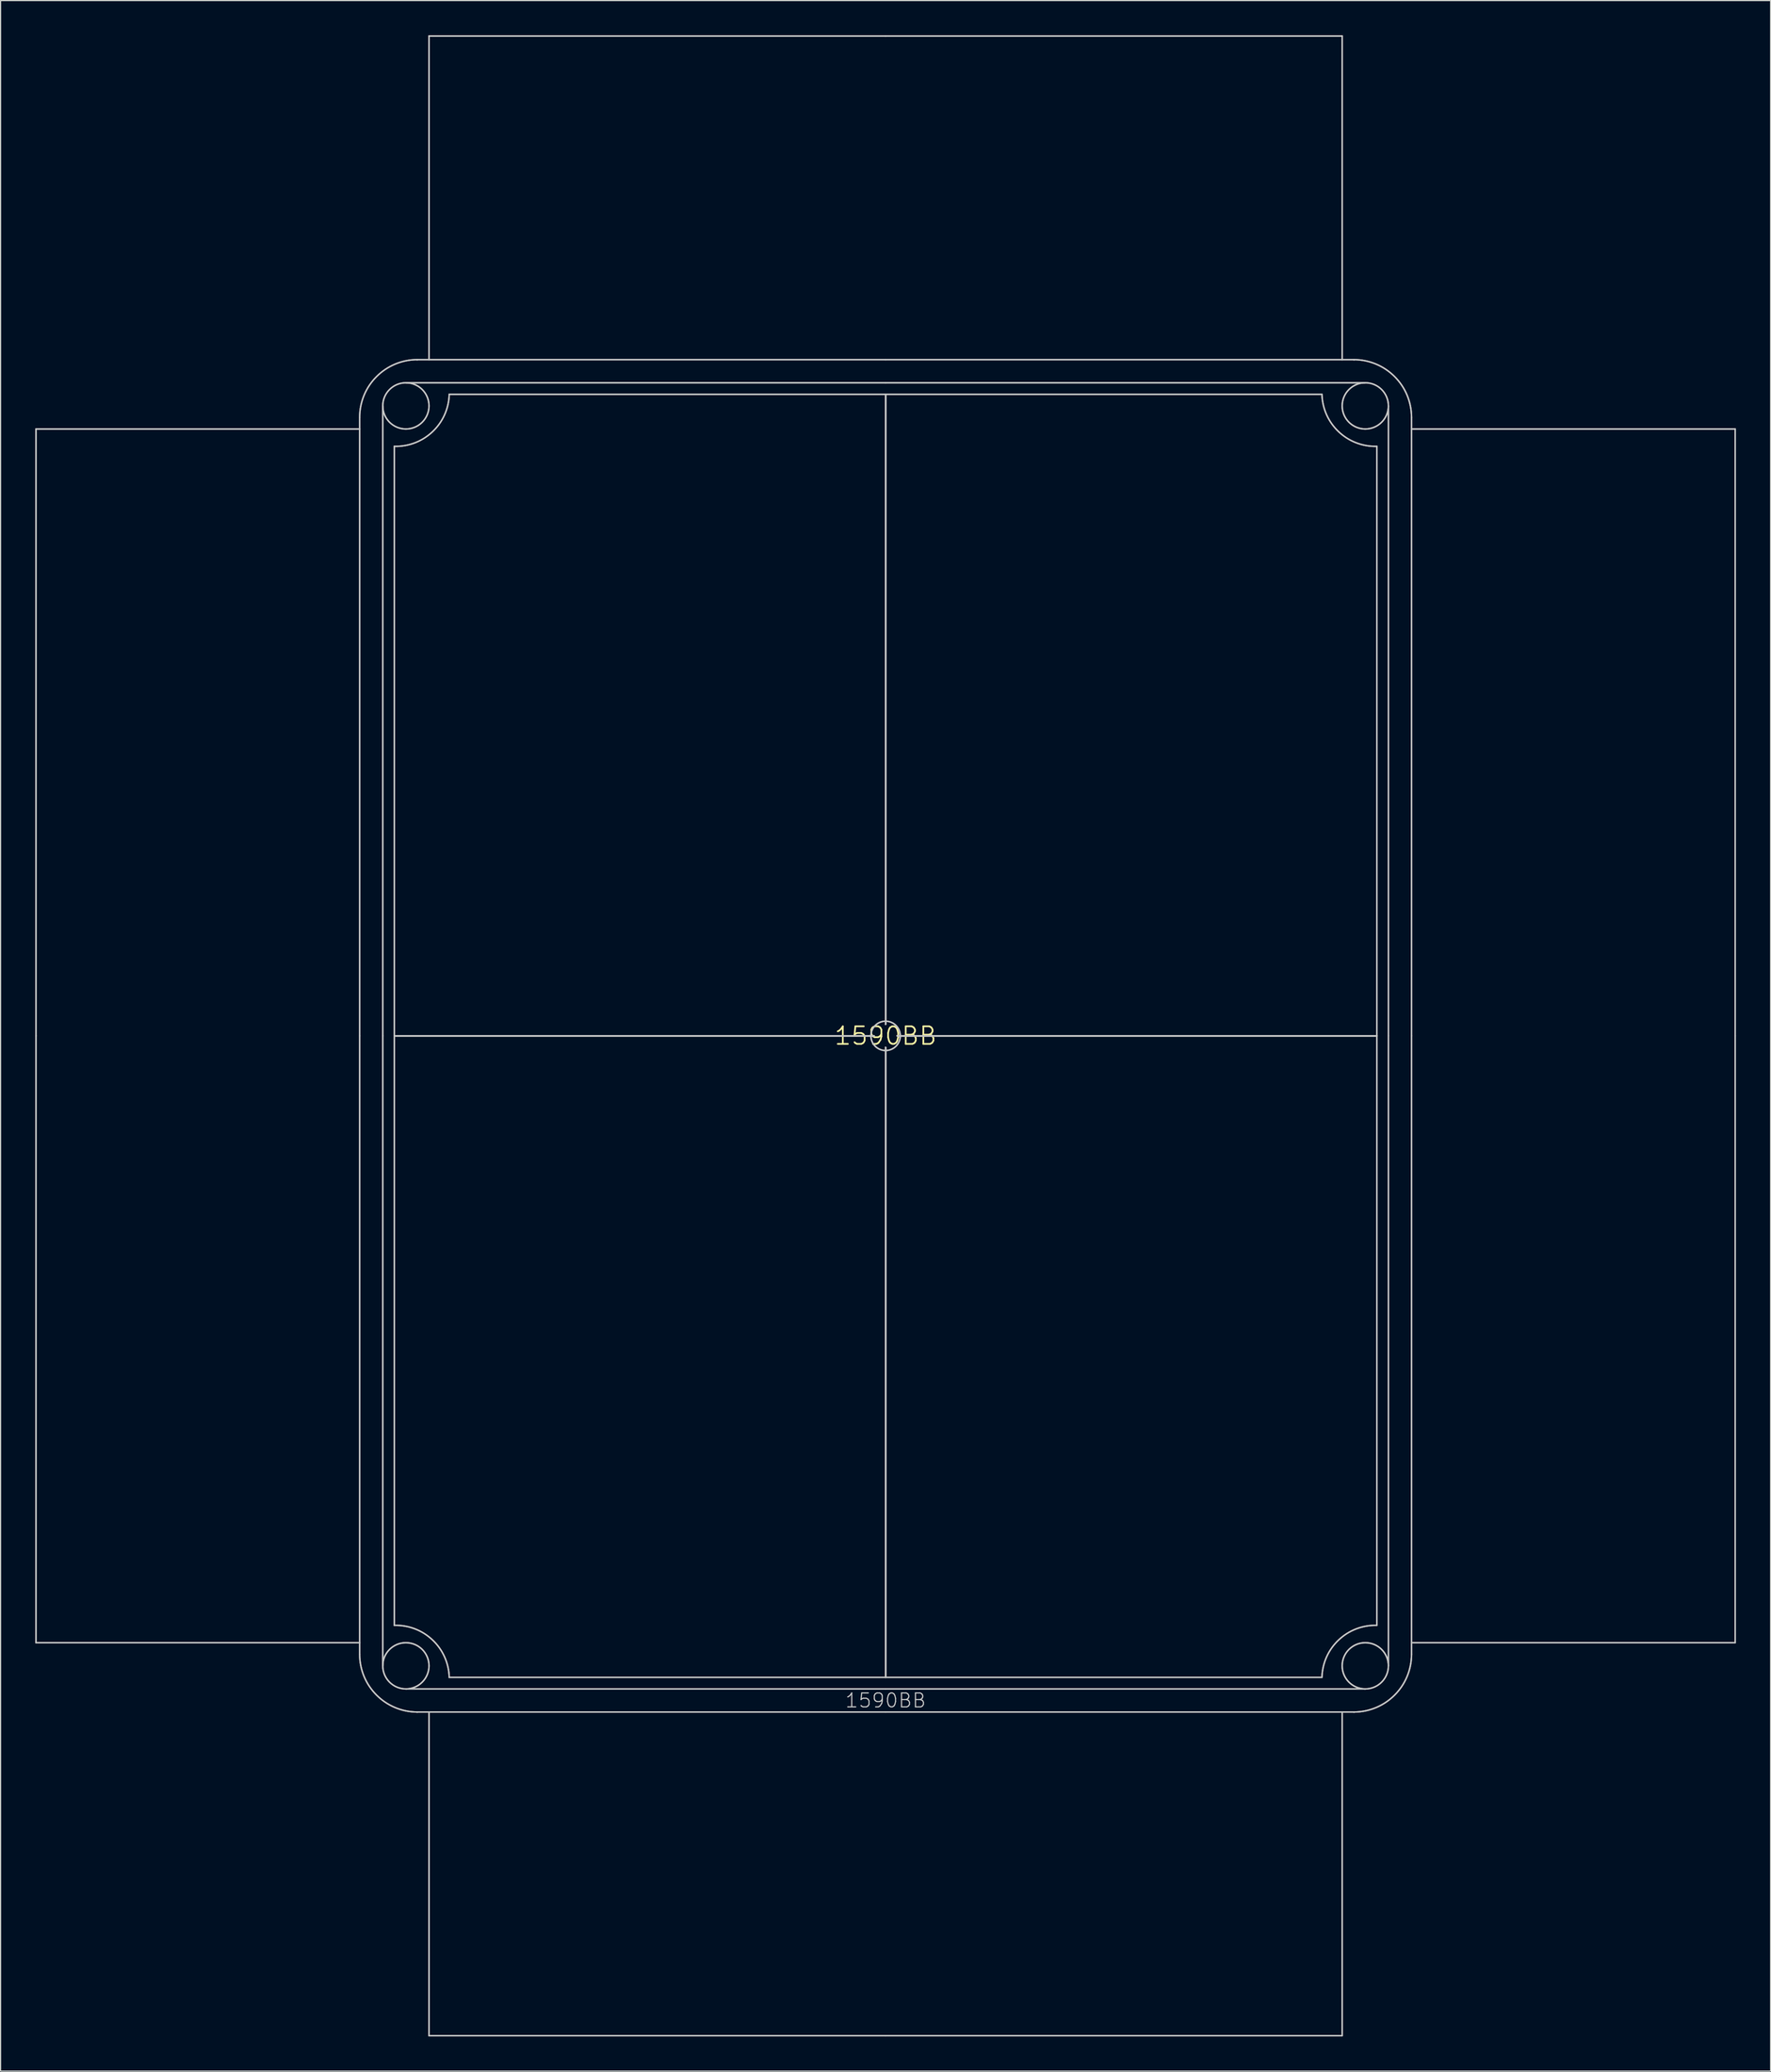
<source format=kicad_pcb>
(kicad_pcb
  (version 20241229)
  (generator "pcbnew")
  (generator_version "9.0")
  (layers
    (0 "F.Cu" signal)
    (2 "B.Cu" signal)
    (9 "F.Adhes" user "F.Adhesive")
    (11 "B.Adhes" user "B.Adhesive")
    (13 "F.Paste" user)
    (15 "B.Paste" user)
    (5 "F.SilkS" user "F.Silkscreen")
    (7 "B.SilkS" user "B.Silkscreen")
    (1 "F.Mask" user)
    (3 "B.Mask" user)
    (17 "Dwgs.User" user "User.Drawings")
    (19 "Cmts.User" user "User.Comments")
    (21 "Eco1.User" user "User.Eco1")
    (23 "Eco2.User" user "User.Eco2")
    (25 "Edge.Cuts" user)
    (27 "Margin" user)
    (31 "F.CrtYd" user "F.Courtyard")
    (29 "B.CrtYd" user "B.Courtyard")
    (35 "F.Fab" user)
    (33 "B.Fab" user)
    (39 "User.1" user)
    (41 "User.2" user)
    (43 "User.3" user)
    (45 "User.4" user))
  (footprint "1590BB"
    (layer "F.Cu")
    (at 73.564 86.564)
    (property "Reference" "1590BB" (at 0 0 0) (layer "F.SilkS") (effects (font (size 1.524 1.524) (thickness 0.15))))
    (attr through_hole)
    (fp_line (start -73.5 -52.5) (end -73.5 0) (stroke (width 0.127) (type solid)) (layer "Dwgs.User"))
    (fp_line (start -73.5 -52.5) (end -73.5 0) (stroke (width 0.127) (type solid)) (layer "Dwgs.User"))
    (fp_line (start -73.5 -52.5) (end -45.5 -52.5) (stroke (width 0.127) (type solid)) (layer "Dwgs.User"))
    (fp_line (start -73.5 -52.5) (end -45.5 -52.5) (stroke (width 0.127) (type solid)) (layer "Dwgs.User"))
    (fp_line (start -73.5 52.5) (end -73.5 0) (stroke (width 0.127) (type solid)) (layer "Dwgs.User"))
    (fp_line (start -73.5 52.5) (end -73.5 0) (stroke (width 0.127) (type solid)) (layer "Dwgs.User"))
    (fp_line (start -73.5 52.5) (end -45.5 52.5) (stroke (width 0.127) (type solid)) (layer "Dwgs.User"))
    (fp_line (start -73.5 52.5) (end -45.5 52.5) (stroke (width 0.127) (type solid)) (layer "Dwgs.User"))
    (fp_line (start -45.5 -52.5) (end -45.5 -53.5) (stroke (width 0.127) (type solid)) (layer "Dwgs.User"))
    (fp_line (start -45.5 -52.5) (end -45.5 -53.5) (stroke (width 0.127) (type solid)) (layer "Dwgs.User"))
    (fp_line (start -45.5 0) (end -45.5 -52.5) (stroke (width 0.127) (type solid)) (layer "Dwgs.User"))
    (fp_line (start -45.5 0) (end -45.5 -52.5) (stroke (width 0.127) (type solid)) (layer "Dwgs.User"))
    (fp_line (start -45.5 0) (end -45.5 52.5) (stroke (width 0.127) (type solid)) (layer "Dwgs.User"))
    (fp_line (start -45.5 0) (end -45.5 52.5) (stroke (width 0.127) (type solid)) (layer "Dwgs.User"))
    (fp_line (start -45.5 52.5) (end -45.5 53.5) (stroke (width 0.127) (type solid)) (layer "Dwgs.User"))
    (fp_line (start -45.5 52.5) (end -45.5 53.5) (stroke (width 0.127) (type solid)) (layer "Dwgs.User"))
    (fp_line (start -43.5 0) (end -43.5 -54.5) (stroke (width 0.127) (type solid)) (layer "Dwgs.User"))
    (fp_line (start -43.5 0) (end -43.5 -54.5) (stroke (width 0.127) (type solid)) (layer "Dwgs.User"))
    (fp_line (start -43.5 0) (end -43.5 54.5) (stroke (width 0.127) (type solid)) (layer "Dwgs.User"))
    (fp_line (start -43.5 0) (end -43.5 54.5) (stroke (width 0.127) (type solid)) (layer "Dwgs.User"))
    (fp_line (start -42.5 -51) (end -42.5 0) (stroke (width 0.127) (type solid)) (layer "Dwgs.User"))
    (fp_line (start -42.5 -51) (end -42.5 0) (stroke (width 0.127) (type solid)) (layer "Dwgs.User"))
    (fp_line (start -42.5 51) (end -42.5 0) (stroke (width 0.127) (type solid)) (layer "Dwgs.User"))
    (fp_line (start -42.5 51) (end -42.5 0) (stroke (width 0.127) (type solid)) (layer "Dwgs.User"))
    (fp_line (start -40.55 -58.5) (end -40.5 -58.5) (stroke (width 0.127) (type solid)) (layer "Dwgs.User"))
    (fp_line (start -40.55 -58.5) (end -40.5 -58.5) (stroke (width 0.127) (type solid)) (layer "Dwgs.User"))
    (fp_line (start -40.55 58.5) (end -40.5 58.5) (stroke (width 0.127) (type solid)) (layer "Dwgs.User"))
    (fp_line (start -40.55 58.5) (end -40.5 58.5) (stroke (width 0.127) (type solid)) (layer "Dwgs.User"))
    (fp_line (start -40.5 -58.5) (end -40.55 -58.5) (stroke (width 0.127) (type solid)) (layer "Dwgs.User"))
    (fp_line (start -40.5 -58.5) (end -40.55 -58.5) (stroke (width 0.127) (type solid)) (layer "Dwgs.User"))
    (fp_line (start -40.5 58.5) (end -40.55 58.5) (stroke (width 0.127) (type solid)) (layer "Dwgs.User"))
    (fp_line (start -40.5 58.5) (end -40.55 58.5) (stroke (width 0.127) (type solid)) (layer "Dwgs.User"))
    (fp_line (start -39.5 -86.5) (end 0 -86.5) (stroke (width 0.127) (type solid)) (layer "Dwgs.User"))
    (fp_line (start -39.5 -86.5) (end 0 -86.5) (stroke (width 0.127) (type solid)) (layer "Dwgs.User"))
    (fp_line (start -39.5 -58.5) (end -40.5 -58.5) (stroke (width 0.127) (type solid)) (layer "Dwgs.User"))
    (fp_line (start -39.5 -58.5) (end -40.5 -58.5) (stroke (width 0.127) (type solid)) (layer "Dwgs.User"))
    (fp_line (start -39.5 -58.5) (end -39.5 -86.5) (stroke (width 0.127) (type solid)) (layer "Dwgs.User"))
    (fp_line (start -39.5 -58.5) (end -39.5 -86.5) (stroke (width 0.127) (type solid)) (layer "Dwgs.User"))
    (fp_line (start -39.5 58.5) (end -40.5 58.5) (stroke (width 0.127) (type solid)) (layer "Dwgs.User"))
    (fp_line (start -39.5 58.5) (end -40.5 58.5) (stroke (width 0.127) (type solid)) (layer "Dwgs.User"))
    (fp_line (start -39.5 58.5) (end -39.5 86.5) (stroke (width 0.127) (type solid)) (layer "Dwgs.User"))
    (fp_line (start -39.5 58.5) (end -39.5 86.5) (stroke (width 0.127) (type solid)) (layer "Dwgs.User"))
    (fp_line (start -39.5 86.5) (end 0 86.5) (stroke (width 0.127) (type solid)) (layer "Dwgs.User"))
    (fp_line (start -39.5 86.5) (end 0 86.5) (stroke (width 0.127) (type solid)) (layer "Dwgs.User"))
    (fp_line (start -1 0) (end -42.5 0) (stroke (width 0.127) (type solid)) (layer "Dwgs.User"))
    (fp_line (start -1 0) (end -42.5 0) (stroke (width 0.127) (type solid)) (layer "Dwgs.User"))
    (fp_line (start -1 0) (end -42.5 0) (stroke (width 0.127) (type solid)) (layer "Dwgs.User"))
    (fp_line (start -1 0) (end -42.5 0) (stroke (width 0.127) (type solid)) (layer "Dwgs.User"))
    (fp_line (start -1 0) (end -42.5 0) (stroke (width 0.127) (type solid)) (layer "Dwgs.User"))
    (fp_line (start -1 0) (end -42.5 0) (stroke (width 0.127) (type solid)) (layer "Dwgs.User"))
    (fp_line (start -1 0) (end -42.5 0) (stroke (width 0.127) (type solid)) (layer "Dwgs.User"))
    (fp_line (start -1 0) (end -42.5 0) (stroke (width 0.127) (type solid)) (layer "Dwgs.User"))
    (fp_line (start 0 -58.5) (end -39.5 -58.5) (stroke (width 0.127) (type solid)) (layer "Dwgs.User"))
    (fp_line (start 0 -58.5) (end -39.5 -58.5) (stroke (width 0.127) (type solid)) (layer "Dwgs.User"))
    (fp_line (start 0 -58.5) (end 39.5 -58.5) (stroke (width 0.127) (type solid)) (layer "Dwgs.User"))
    (fp_line (start 0 -58.5) (end 39.5 -58.5) (stroke (width 0.127) (type solid)) (layer "Dwgs.User"))
    (fp_line (start 0 -56.5) (end -41.5 -56.5) (stroke (width 0.127) (type solid)) (layer "Dwgs.User"))
    (fp_line (start 0 -56.5) (end -41.5 -56.5) (stroke (width 0.127) (type solid)) (layer "Dwgs.User"))
    (fp_line (start 0 -56.5) (end 41.5 -56.5) (stroke (width 0.127) (type solid)) (layer "Dwgs.User"))
    (fp_line (start 0 -56.5) (end 41.5 -56.5) (stroke (width 0.127) (type solid)) (layer "Dwgs.User"))
    (fp_line (start 0 -55.5) (end -37.75 -55.5) (stroke (width 0.127) (type solid)) (layer "Dwgs.User"))
    (fp_line (start 0 -55.5) (end -37.75 -55.5) (stroke (width 0.127) (type solid)) (layer "Dwgs.User"))
    (fp_line (start 0 -55.5) (end 37.75 -55.5) (stroke (width 0.127) (type solid)) (layer "Dwgs.User"))
    (fp_line (start 0 -55.5) (end 37.75 -55.5) (stroke (width 0.127) (type solid)) (layer "Dwgs.User"))
    (fp_line (start 0 -1) (end 0 -55.5) (stroke (width 0.127) (type solid)) (layer "Dwgs.User"))
    (fp_line (start 0 -1) (end 0 -55.5) (stroke (width 0.127) (type solid)) (layer "Dwgs.User"))
    (fp_line (start 0 -1) (end 0 -55.5) (stroke (width 0.127) (type solid)) (layer "Dwgs.User"))
    (fp_line (start 0 -1) (end 0 -55.5) (stroke (width 0.127) (type solid)) (layer "Dwgs.User"))
    (fp_line (start 0 -1) (end 0 -55.5) (stroke (width 0.127) (type solid)) (layer "Dwgs.User"))
    (fp_line (start 0 -1) (end 0 -55.5) (stroke (width 0.127) (type solid)) (layer "Dwgs.User"))
    (fp_line (start 0 -1) (end 0 -55.5) (stroke (width 0.127) (type solid)) (layer "Dwgs.User"))
    (fp_line (start 0 -1) (end 0 -55.5) (stroke (width 0.127) (type solid)) (layer "Dwgs.User"))
    (fp_line (start 0 1) (end 0 55.5) (stroke (width 0.127) (type solid)) (layer "Dwgs.User"))
    (fp_line (start 0 1) (end 0 55.5) (stroke (width 0.127) (type solid)) (layer "Dwgs.User"))
    (fp_line (start 0 1) (end 0 55.5) (stroke (width 0.127) (type solid)) (layer "Dwgs.User"))
    (fp_line (start 0 1) (end 0 55.5) (stroke (width 0.127) (type solid)) (layer "Dwgs.User"))
    (fp_line (start 0 1) (end 0 55.5) (stroke (width 0.127) (type solid)) (layer "Dwgs.User"))
    (fp_line (start 0 1) (end 0 55.5) (stroke (width 0.127) (type solid)) (layer "Dwgs.User"))
    (fp_line (start 0 1) (end 0 55.5) (stroke (width 0.127) (type solid)) (layer "Dwgs.User"))
    (fp_line (start 0 1) (end 0 55.5) (stroke (width 0.127) (type solid)) (layer "Dwgs.User"))
    (fp_line (start 0 55.5) (end -37.75 55.5) (stroke (width 0.127) (type solid)) (layer "Dwgs.User"))
    (fp_line (start 0 55.5) (end -37.75 55.5) (stroke (width 0.127) (type solid)) (layer "Dwgs.User"))
    (fp_line (start 0 55.5) (end 37.75 55.5) (stroke (width 0.127) (type solid)) (layer "Dwgs.User"))
    (fp_line (start 0 55.5) (end 37.75 55.5) (stroke (width 0.127) (type solid)) (layer "Dwgs.User"))
    (fp_line (start 0 56.5) (end -41.5 56.5) (stroke (width 0.127) (type solid)) (layer "Dwgs.User"))
    (fp_line (start 0 56.5) (end -41.5 56.5) (stroke (width 0.127) (type solid)) (layer "Dwgs.User"))
    (fp_line (start 0 56.5) (end 41.5 56.5) (stroke (width 0.127) (type solid)) (layer "Dwgs.User"))
    (fp_line (start 0 56.5) (end 41.5 56.5) (stroke (width 0.127) (type solid)) (layer "Dwgs.User"))
    (fp_line (start 0 58.5) (end -39.5 58.5) (stroke (width 0.127) (type solid)) (layer "Dwgs.User"))
    (fp_line (start 0 58.5) (end -39.5 58.5) (stroke (width 0.127) (type solid)) (layer "Dwgs.User"))
    (fp_line (start 0 58.5) (end 39.5 58.5) (stroke (width 0.127) (type solid)) (layer "Dwgs.User"))
    (fp_line (start 0 58.5) (end 39.5 58.5) (stroke (width 0.127) (type solid)) (layer "Dwgs.User"))
    (fp_line (start 1 0) (end 42.5 0) (stroke (width 0.127) (type solid)) (layer "Dwgs.User"))
    (fp_line (start 1 0) (end 42.5 0) (stroke (width 0.127) (type solid)) (layer "Dwgs.User"))
    (fp_line (start 1 0) (end 42.5 0) (stroke (width 0.127) (type solid)) (layer "Dwgs.User"))
    (fp_line (start 1 0) (end 42.5 0) (stroke (width 0.127) (type solid)) (layer "Dwgs.User"))
    (fp_line (start 1 0) (end 42.5 0) (stroke (width 0.127) (type solid)) (layer "Dwgs.User"))
    (fp_line (start 1 0) (end 42.5 0) (stroke (width 0.127) (type solid)) (layer "Dwgs.User"))
    (fp_line (start 1 0) (end 42.5 0) (stroke (width 0.127) (type solid)) (layer "Dwgs.User"))
    (fp_line (start 1 0) (end 42.5 0) (stroke (width 0.127) (type solid)) (layer "Dwgs.User"))
    (fp_line (start 39.5 -86.5) (end 0 -86.5) (stroke (width 0.127) (type solid)) (layer "Dwgs.User"))
    (fp_line (start 39.5 -86.5) (end 0 -86.5) (stroke (width 0.127) (type solid)) (layer "Dwgs.User"))
    (fp_line (start 39.5 -58.5) (end 39.5 -86.5) (stroke (width 0.127) (type solid)) (layer "Dwgs.User"))
    (fp_line (start 39.5 -58.5) (end 39.5 -86.5) (stroke (width 0.127) (type solid)) (layer "Dwgs.User"))
    (fp_line (start 39.5 -58.5) (end 40.5 -58.5) (stroke (width 0.127) (type solid)) (layer "Dwgs.User"))
    (fp_line (start 39.5 -58.5) (end 40.5 -58.5) (stroke (width 0.127) (type solid)) (layer "Dwgs.User"))
    (fp_line (start 39.5 58.5) (end 39.5 86.5) (stroke (width 0.127) (type solid)) (layer "Dwgs.User"))
    (fp_line (start 39.5 58.5) (end 39.5 86.5) (stroke (width 0.127) (type solid)) (layer "Dwgs.User"))
    (fp_line (start 39.5 58.5) (end 40.5 58.5) (stroke (width 0.127) (type solid)) (layer "Dwgs.User"))
    (fp_line (start 39.5 58.5) (end 40.5 58.5) (stroke (width 0.127) (type solid)) (layer "Dwgs.User"))
    (fp_line (start 39.5 86.5) (end 0 86.5) (stroke (width 0.127) (type solid)) (layer "Dwgs.User"))
    (fp_line (start 39.5 86.5) (end 0 86.5) (stroke (width 0.127) (type solid)) (layer "Dwgs.User"))
    (fp_line (start 40.5 -58.5) (end 40.55 -58.5) (stroke (width 0.127) (type solid)) (layer "Dwgs.User"))
    (fp_line (start 40.5 -58.5) (end 40.55 -58.5) (stroke (width 0.127) (type solid)) (layer "Dwgs.User"))
    (fp_line (start 40.5 58.5) (end 40.55 58.5) (stroke (width 0.127) (type solid)) (layer "Dwgs.User"))
    (fp_line (start 40.5 58.5) (end 40.55 58.5) (stroke (width 0.127) (type solid)) (layer "Dwgs.User"))
    (fp_line (start 40.55 -58.5) (end 40.5 -58.5) (stroke (width 0.127) (type solid)) (layer "Dwgs.User"))
    (fp_line (start 40.55 -58.5) (end 40.5 -58.5) (stroke (width 0.127) (type solid)) (layer "Dwgs.User"))
    (fp_line (start 40.55 58.5) (end 40.5 58.5) (stroke (width 0.127) (type solid)) (layer "Dwgs.User"))
    (fp_line (start 40.55 58.5) (end 40.5 58.5) (stroke (width 0.127) (type solid)) (layer "Dwgs.User"))
    (fp_line (start 42.5 -51) (end 42.5 0) (stroke (width 0.127) (type solid)) (layer "Dwgs.User"))
    (fp_line (start 42.5 -51) (end 42.5 0) (stroke (width 0.127) (type solid)) (layer "Dwgs.User"))
    (fp_line (start 42.5 51) (end 42.5 0) (stroke (width 0.127) (type solid)) (layer "Dwgs.User"))
    (fp_line (start 42.5 51) (end 42.5 0) (stroke (width 0.127) (type solid)) (layer "Dwgs.User"))
    (fp_line (start 43.5 0) (end 43.5 -54.5) (stroke (width 0.127) (type solid)) (layer "Dwgs.User"))
    (fp_line (start 43.5 0) (end 43.5 -54.5) (stroke (width 0.127) (type solid)) (layer "Dwgs.User"))
    (fp_line (start 43.5 0) (end 43.5 54.5) (stroke (width 0.127) (type solid)) (layer "Dwgs.User"))
    (fp_line (start 43.5 0) (end 43.5 54.5) (stroke (width 0.127) (type solid)) (layer "Dwgs.User"))
    (fp_line (start 45.5 -52.5) (end 45.5 -53.5) (stroke (width 0.127) (type solid)) (layer "Dwgs.User"))
    (fp_line (start 45.5 -52.5) (end 45.5 -53.5) (stroke (width 0.127) (type solid)) (layer "Dwgs.User"))
    (fp_line (start 45.5 0) (end 45.5 -52.5) (stroke (width 0.127) (type solid)) (layer "Dwgs.User"))
    (fp_line (start 45.5 0) (end 45.5 -52.5) (stroke (width 0.127) (type solid)) (layer "Dwgs.User"))
    (fp_line (start 45.5 0) (end 45.5 52.5) (stroke (width 0.127) (type solid)) (layer "Dwgs.User"))
    (fp_line (start 45.5 0) (end 45.5 52.5) (stroke (width 0.127) (type solid)) (layer "Dwgs.User"))
    (fp_line (start 45.5 52.5) (end 45.5 53.5) (stroke (width 0.127) (type solid)) (layer "Dwgs.User"))
    (fp_line (start 45.5 52.5) (end 45.5 53.5) (stroke (width 0.127) (type solid)) (layer "Dwgs.User"))
    (fp_line (start 73.5 -52.5) (end 45.5 -52.5) (stroke (width 0.127) (type solid)) (layer "Dwgs.User"))
    (fp_line (start 73.5 -52.5) (end 45.5 -52.5) (stroke (width 0.127) (type solid)) (layer "Dwgs.User"))
    (fp_line (start 73.5 -52.5) (end 73.5 0) (stroke (width 0.127) (type solid)) (layer "Dwgs.User"))
    (fp_line (start 73.5 -52.5) (end 73.5 0) (stroke (width 0.127) (type solid)) (layer "Dwgs.User"))
    (fp_line (start 73.5 52.5) (end 45.5 52.5) (stroke (width 0.127) (type solid)) (layer "Dwgs.User"))
    (fp_line (start 73.5 52.5) (end 45.5 52.5) (stroke (width 0.127) (type solid)) (layer "Dwgs.User"))
    (fp_line (start 73.5 52.5) (end 73.5 0) (stroke (width 0.127) (type solid)) (layer "Dwgs.User"))
    (fp_line (start 73.5 52.5) (end 73.5 0) (stroke (width 0.127) (type solid)) (layer "Dwgs.User"))
    (fp_arc (start -45.5 -53.5) (mid -44.035534 -57.035534) (end -40.5 -58.5) (stroke (width 0.127) (type solid)) (layer "Dwgs.User"))
    (fp_arc (start -45.5 -53.5) (mid -44.035534 -57.035534) (end -40.5 -58.5) (stroke (width 0.127) (type solid)) (layer "Dwgs.User"))
    (fp_arc (start -42.5 51) (mid -39.193019 52.266243) (end -37.75 55.5) (stroke (width 0.127) (type solid)) (layer "Dwgs.User"))
    (fp_arc (start -42.5 51) (mid -39.193019 52.266243) (end -37.75 55.5) (stroke (width 0.127) (type solid)) (layer "Dwgs.User"))
    (fp_arc (start -40.5 58.5) (mid -44.035534 57.035534) (end -45.5 53.5) (stroke (width 0.127) (type solid)) (layer "Dwgs.User"))
    (fp_arc (start -40.5 58.5) (mid -44.035534 57.035534) (end -45.5 53.5) (stroke (width 0.127) (type solid)) (layer "Dwgs.User"))
    (fp_arc (start -37.75 -55.5) (mid -39.193019 -52.266243) (end -42.5 -51) (stroke (width 0.127) (type solid)) (layer "Dwgs.User"))
    (fp_arc (start -37.75 -55.5) (mid -39.193019 -52.266243) (end -42.5 -51) (stroke (width 0.127) (type solid)) (layer "Dwgs.User"))
    (fp_arc (start 37.75 55.5) (mid 39.193019 52.266243) (end 42.5 51) (stroke (width 0.127) (type solid)) (layer "Dwgs.User"))
    (fp_arc (start 37.75 55.5) (mid 39.193019 52.266243) (end 42.5 51) (stroke (width 0.127) (type solid)) (layer "Dwgs.User"))
    (fp_arc (start 40.5 -58.5) (mid 44.035534 -57.035534) (end 45.5 -53.5) (stroke (width 0.127) (type solid)) (layer "Dwgs.User"))
    (fp_arc (start 40.5 -58.5) (mid 44.035534 -57.035534) (end 45.5 -53.5) (stroke (width 0.127) (type solid)) (layer "Dwgs.User"))
    (fp_arc (start 42.5 -51) (mid 39.193019 -52.266243) (end 37.75 -55.5) (stroke (width 0.127) (type solid)) (layer "Dwgs.User"))
    (fp_arc (start 42.5 -51) (mid 39.193019 -52.266243) (end 37.75 -55.5) (stroke (width 0.127) (type solid)) (layer "Dwgs.User"))
    (fp_arc (start 45.5 53.5) (mid 44.035534 57.035534) (end 40.5 58.5) (stroke (width 0.127) (type solid)) (layer "Dwgs.User"))
    (fp_arc (start 45.5 53.5) (mid 44.035534 57.035534) (end 40.5 58.5) (stroke (width 0.127) (type solid)) (layer "Dwgs.User"))
    (fp_circle (center -41.5 -54.5) (end -39.5 -54.5) (stroke (width 0.127) (type solid)) (fill no) (layer "Dwgs.User"))
    (fp_circle (center -41.5 -54.5) (end -39.5 -54.5) (stroke (width 0.127) (type solid)) (fill no) (layer "Dwgs.User"))
    (fp_circle (center -41.5 54.5) (end -39.5 54.5) (stroke (width 0.127) (type solid)) (fill no) (layer "Dwgs.User"))
    (fp_circle (center -41.5 54.5) (end -39.5 54.5) (stroke (width 0.127) (type solid)) (fill no) (layer "Dwgs.User"))
    (fp_circle (center 0 0) (end 1.27 0) (stroke (width 0.127) (type solid)) (fill no) (layer "Dwgs.User"))
    (fp_circle (center 0 0) (end 1.27 0) (stroke (width 0.127) (type solid)) (fill no) (layer "Dwgs.User"))
    (fp_circle (center 41.5 -54.5) (end 43.5 -54.5) (stroke (width 0.127) (type solid)) (fill no) (layer "Dwgs.User"))
    (fp_circle (center 41.5 -54.5) (end 43.5 -54.5) (stroke (width 0.127) (type solid)) (fill no) (layer "Dwgs.User"))
    (fp_circle (center 41.5 54.5) (end 43.5 54.5) (stroke (width 0.127) (type solid)) (fill no) (layer "Dwgs.User"))
    (fp_circle (center 41.5 54.5) (end 43.5 54.5) (stroke (width 0.127) (type solid)) (fill no) (layer "Dwgs.User"))
    (fp_text user "1590BB" (at 0 57.5 0) (layer "Dwgs.User") (effects (font (size 1.206 1.206) (thickness 0.102)))))
  (gr_rect
    (start -3 -3)
    (end 150.127 176.127)
    (stroke (width 0.1) (type default))
    (fill no)
    (layer "Edge.Cuts")))
</source>
